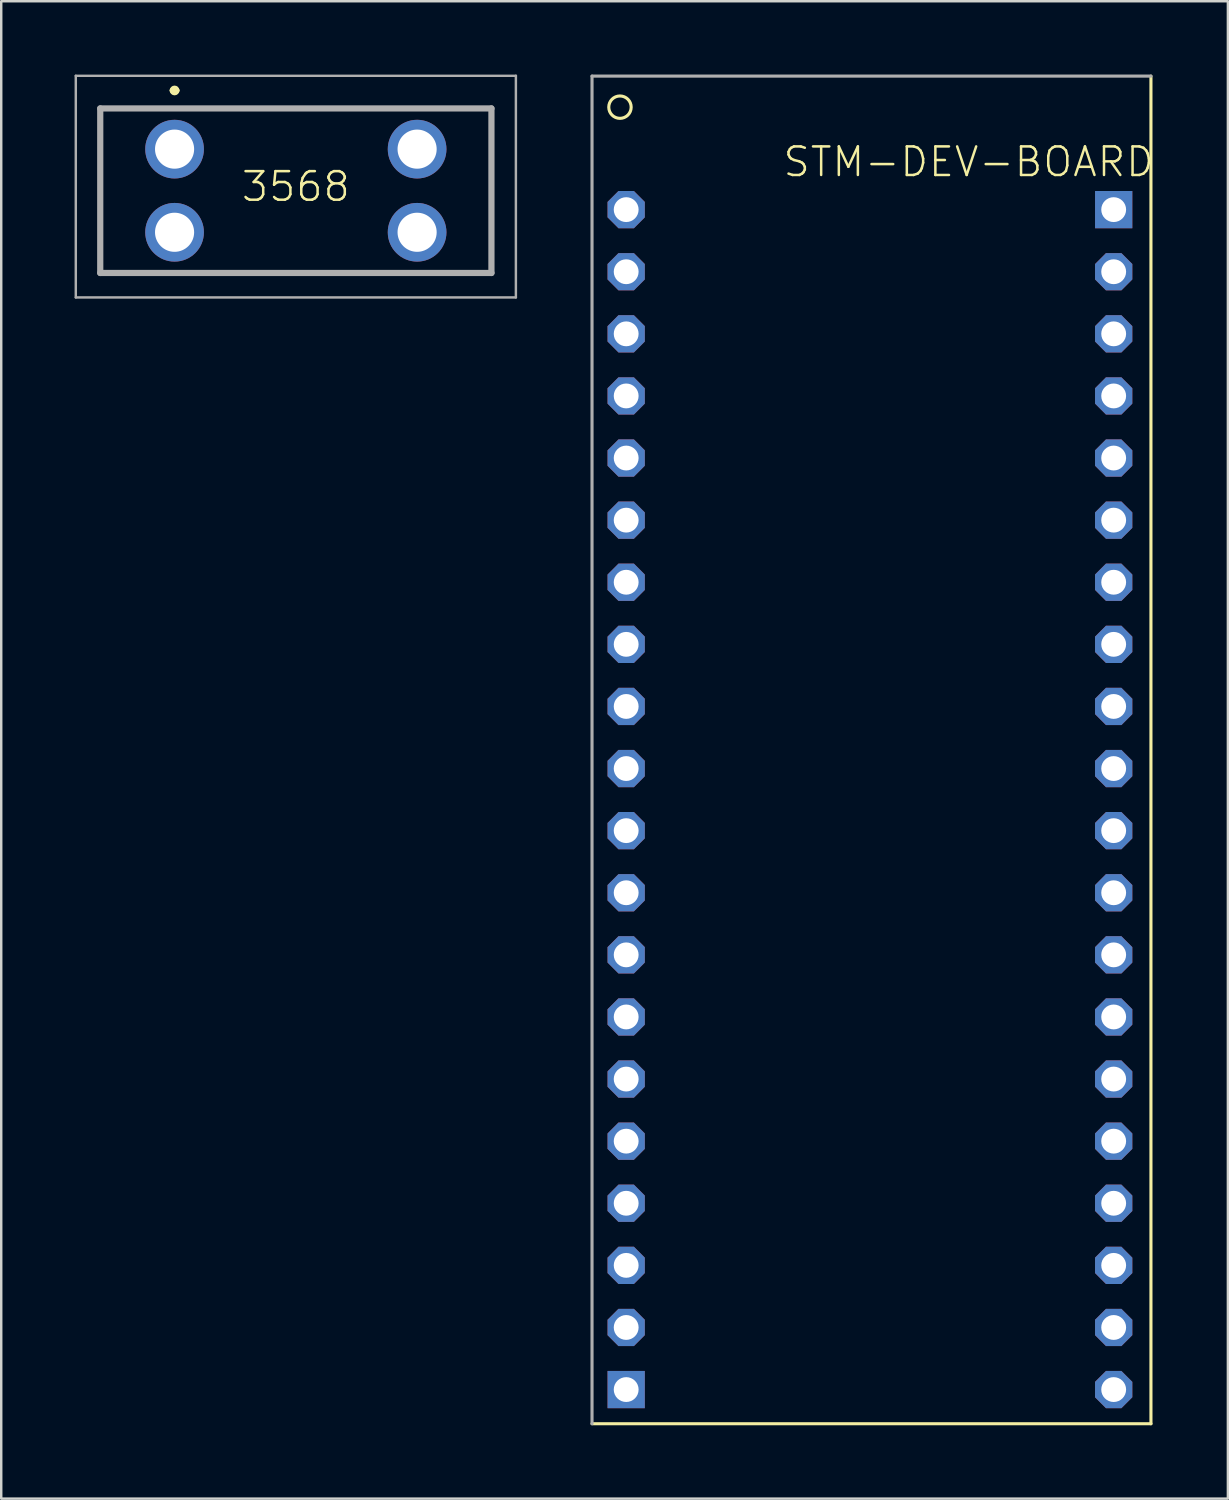
<source format=kicad_pcb>
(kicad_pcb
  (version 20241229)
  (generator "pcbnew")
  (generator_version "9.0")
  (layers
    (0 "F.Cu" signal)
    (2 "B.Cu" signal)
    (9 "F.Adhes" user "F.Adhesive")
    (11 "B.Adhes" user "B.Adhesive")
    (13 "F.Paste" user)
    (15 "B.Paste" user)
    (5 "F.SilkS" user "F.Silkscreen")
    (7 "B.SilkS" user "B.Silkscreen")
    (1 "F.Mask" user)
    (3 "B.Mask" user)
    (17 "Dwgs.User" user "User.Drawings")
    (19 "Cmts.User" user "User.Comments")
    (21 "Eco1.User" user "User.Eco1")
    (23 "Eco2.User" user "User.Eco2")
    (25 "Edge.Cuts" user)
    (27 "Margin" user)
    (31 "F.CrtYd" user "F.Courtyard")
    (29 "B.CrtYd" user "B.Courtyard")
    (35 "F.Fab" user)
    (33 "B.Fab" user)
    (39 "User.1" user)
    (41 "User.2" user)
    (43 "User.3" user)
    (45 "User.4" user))
  (footprint "3568"
    (layer "F.Cu")
    (at 4.09 3.05)
    (property "Reference" "3568" (at 4.96 1.532 0) (layer "F.SilkS") (effects (font (size 1.168 1.168) (thickness 0.102))))
    (fp_line (start -3.04 -1.665) (end 12.96 -1.665) (stroke (width 0.1) (type solid)) (layer "F.SilkS"))
    (fp_line (start -3.04 5.065) (end -3.04 -1.665) (stroke (width 0.1) (type solid)) (layer "F.SilkS"))
    (fp_line (start -0.1 -2.4) (end -0.1 -2.4) (stroke (width 0.2) (type solid)) (layer "F.SilkS"))
    (fp_line (start 0.1 -2.4) (end 0.1 -2.4) (stroke (width 0.2) (type solid)) (layer "F.SilkS"))
    (fp_line (start 12.96 -1.665) (end 12.96 5.065) (stroke (width 0.1) (type solid)) (layer "F.SilkS"))
    (fp_line (start 12.96 5.065) (end -3.04 5.065) (stroke (width 0.1) (type solid)) (layer "F.SilkS"))
    (fp_arc (start -0.1 -2.4) (mid 0 -2.5) (end 0.1 -2.4) (stroke (width 0.2) (type solid)) (layer "F.SilkS"))
    (fp_arc (start 0.1 -2.4) (mid 0 -2.3) (end -0.1 -2.4) (stroke (width 0.2) (type solid)) (layer "F.SilkS"))
    (fp_line (start -4.04 -3) (end 13.96 -3) (stroke (width 0.1) (type solid)) (layer "F.Fab"))
    (fp_line (start -4.04 6.065) (end -4.04 -3) (stroke (width 0.1) (type solid)) (layer "F.Fab"))
    (fp_line (start -3.04 -1.665) (end 12.96 -1.665) (stroke (width 0.254) (type solid)) (layer "F.Fab"))
    (fp_line (start -3.04 5.065) (end -3.04 -1.665) (stroke (width 0.254) (type solid)) (layer "F.Fab"))
    (fp_line (start 12.96 -1.665) (end 12.96 5.065) (stroke (width 0.254) (type solid)) (layer "F.Fab"))
    (fp_line (start 12.96 5.065) (end -3.04 5.065) (stroke (width 0.254) (type solid)) (layer "F.Fab"))
    (fp_line (start 13.96 -3) (end 13.96 6.065) (stroke (width 0.1) (type solid)) (layer "F.Fab"))
    (fp_line (start 13.96 6.065) (end -4.04 6.065) (stroke (width 0.1) (type solid)) (layer "F.Fab"))
    (pad "1" thru_hole circle (at 0 0) (size 2.4 2.4) (drill 1.6) (layers "*.Cu" "*.Mask"))
    (pad "2" thru_hole circle (at 0 3.4) (size 2.4 2.4) (drill 1.6) (layers "*.Cu" "*.Mask"))
    (pad "3" thru_hole circle (at 9.92 0) (size 2.4 2.4) (drill 1.6) (layers "*.Cu" "*.Mask"))
    (pad "4" thru_hole circle (at 9.92 3.4) (size 2.4 2.4) (drill 1.6) (layers "*.Cu" "*.Mask")))
  (footprint "STM-DEV-BOARD"
    (layer "F.Cu")
    (at 32.721 29.654)
    (property "Reference" "STM-DEV-BOARD" (at -3.81 -25.4 0) (layer "F.SilkS") (effects (font (size 1.168 1.168) (thickness 0.102)) (justify left bottom)))
    (fp_line (start -11.557 25.527) (end 11.303 25.527) (stroke (width 0.127) (type solid)) (layer "F.SilkS"))
    (fp_line (start 11.303 25.527) (end 11.303 -29.591) (stroke (width 0.127) (type solid)) (layer "F.SilkS"))
    (fp_circle (center -10.414 -28.321) (end -9.956 -28.321) (stroke (width 0.127) (type solid)) (fill no) (layer "F.SilkS"))
    (fp_line (start -11.557 -29.591) (end -11.557 25.527) (stroke (width 0.127) (type solid)) (layer "F.Fab"))
    (fp_line (start 11.303 -29.591) (end -11.557 -29.591) (stroke (width 0.127) (type solid)) (layer "F.Fab"))
    (pad "3.3V" thru_hole rect (at -10.16 24.13) (size 1.524 1.524) (drill 1.016) (layers "*.Cu" "*.Mask"))
    (pad "3.3V@2" thru_hole roundrect (at 9.779 -19.05) (size 1.524 1.524) (drill 1.016) (layers "*.Cu" "*.Mask") (roundrect_rratio 0.25) (chamfer_ratio 0.293) (chamfer top_left top_right bottom_left bottom_right))
    (pad "5V" thru_hole roundrect (at -10.16 19.05) (size 1.524 1.524) (drill 1.016) (layers "*.Cu" "*.Mask") (roundrect_rratio 0.25) (chamfer_ratio 0.293) (chamfer top_left top_right bottom_left bottom_right))
    (pad "CANH" thru_hole roundrect (at -10.16 -3.81) (size 1.524 1.524) (drill 1.016) (layers "*.Cu" "*.Mask") (roundrect_rratio 0.25) (chamfer_ratio 0.293) (chamfer top_left top_right bottom_left bottom_right))
    (pad "CANL" thru_hole roundrect (at -10.16 -6.35) (size 1.524 1.524) (drill 1.016) (layers "*.Cu" "*.Mask") (roundrect_rratio 0.25) (chamfer_ratio 0.293) (chamfer top_left top_right bottom_left bottom_right))
    (pad "GND" thru_hole roundrect (at -10.16 21.59) (size 1.524 1.524) (drill 1.016) (layers "*.Cu" "*.Mask") (roundrect_rratio 0.25) (chamfer_ratio 0.293) (chamfer top_left top_right bottom_left bottom_right))
    (pad "GND@2" thru_hole roundrect (at 9.779 -21.59) (size 1.524 1.524) (drill 1.016) (layers "*.Cu" "*.Mask") (roundrect_rratio 0.25) (chamfer_ratio 0.293) (chamfer top_left top_right bottom_left bottom_right))
    (pad "GND@3" thru_hole rect (at 9.779 -24.13) (size 1.524 1.524) (drill 1.016) (layers "*.Cu" "*.Mask"))
    (pad "NRST" thru_hole roundrect (at 9.779 -16.51) (size 1.524 1.524) (drill 1.016) (layers "*.Cu" "*.Mask") (roundrect_rratio 0.25) (chamfer_ratio 0.293) (chamfer top_left top_right bottom_left bottom_right))
    (pad "OSC32_IN" thru_hole roundrect (at 9.779 19.05) (size 1.524 1.524) (drill 1.016) (layers "*.Cu" "*.Mask") (roundrect_rratio 0.25) (chamfer_ratio 0.293) (chamfer top_left top_right bottom_left bottom_right))
    (pad "OSC32_OUT" thru_hole roundrect (at 9.779 16.51) (size 1.524 1.524) (drill 1.016) (layers "*.Cu" "*.Mask") (roundrect_rratio 0.25) (chamfer_ratio 0.293) (chamfer top_left top_right bottom_left bottom_right))
    (pad "PA0_WKUP" thru_hole roundrect (at 9.779 13.97) (size 1.524 1.524) (drill 1.016) (layers "*.Cu" "*.Mask") (roundrect_rratio 0.25) (chamfer_ratio 0.293) (chamfer top_left top_right bottom_left bottom_right))
    (pad "PA1" thru_hole roundrect (at 9.779 11.43) (size 1.524 1.524) (drill 1.016) (layers "*.Cu" "*.Mask") (roundrect_rratio 0.25) (chamfer_ratio 0.293) (chamfer top_left top_right bottom_left bottom_right))
    (pad "PA2" thru_hole roundrect (at 9.779 8.89) (size 1.524 1.524) (drill 1.016) (layers "*.Cu" "*.Mask") (roundrect_rratio 0.25) (chamfer_ratio 0.293) (chamfer top_left top_right bottom_left bottom_right))
    (pad "PA3" thru_hole roundrect (at 9.779 6.35) (size 1.524 1.524) (drill 1.016) (layers "*.Cu" "*.Mask") (roundrect_rratio 0.25) (chamfer_ratio 0.293) (chamfer top_left top_right bottom_left bottom_right))
    (pad "PA4" thru_hole roundrect (at 9.779 3.81) (size 1.524 1.524) (drill 1.016) (layers "*.Cu" "*.Mask") (roundrect_rratio 0.25) (chamfer_ratio 0.293) (chamfer top_left top_right bottom_left bottom_right))
    (pad "PA5" thru_hole roundrect (at 9.779 1.27) (size 1.524 1.524) (drill 1.016) (layers "*.Cu" "*.Mask") (roundrect_rratio 0.25) (chamfer_ratio 0.293) (chamfer top_left top_right bottom_left bottom_right))
    (pad "PA6" thru_hole roundrect (at 9.779 -1.27) (size 1.524 1.524) (drill 1.016) (layers "*.Cu" "*.Mask") (roundrect_rratio 0.25) (chamfer_ratio 0.293) (chamfer top_left top_right bottom_left bottom_right))
    (pad "PA7" thru_hole roundrect (at 9.779 -3.81) (size 1.524 1.524) (drill 1.016) (layers "*.Cu" "*.Mask") (roundrect_rratio 0.25) (chamfer_ratio 0.293) (chamfer top_left top_right bottom_left bottom_right))
    (pad "PA8" thru_hole roundrect (at -10.16 -13.97) (size 1.524 1.524) (drill 1.016) (layers "*.Cu" "*.Mask") (roundrect_rratio 0.25) (chamfer_ratio 0.293) (chamfer top_left top_right bottom_left bottom_right))
    (pad "PA9" thru_hole roundrect (at -10.16 -11.43) (size 1.524 1.524) (drill 1.016) (layers "*.Cu" "*.Mask") (roundrect_rratio 0.25) (chamfer_ratio 0.293) (chamfer top_left top_right bottom_left bottom_right))
    (pad "PA10" thru_hole roundrect (at -10.16 -8.89) (size 1.524 1.524) (drill 1.016) (layers "*.Cu" "*.Mask") (roundrect_rratio 0.25) (chamfer_ratio 0.293) (chamfer top_left top_right bottom_left bottom_right))
    (pad "PA15" thru_hole roundrect (at -10.16 -1.27) (size 1.524 1.524) (drill 1.016) (layers "*.Cu" "*.Mask") (roundrect_rratio 0.25) (chamfer_ratio 0.293) (chamfer top_left top_right bottom_left bottom_right))
    (pad "PB0" thru_hole roundrect (at 9.779 -6.35) (size 1.524 1.524) (drill 1.016) (layers "*.Cu" "*.Mask") (roundrect_rratio 0.25) (chamfer_ratio 0.293) (chamfer top_left top_right bottom_left bottom_right))
    (pad "PB1" thru_hole roundrect (at 9.779 -8.89) (size 1.524 1.524) (drill 1.016) (layers "*.Cu" "*.Mask") (roundrect_rratio 0.25) (chamfer_ratio 0.293) (chamfer top_left top_right bottom_left bottom_right))
    (pad "PB2" thru_hole roundrect (at 9.779 21.59) (size 1.524 1.524) (drill 1.016) (layers "*.Cu" "*.Mask") (roundrect_rratio 0.25) (chamfer_ratio 0.293) (chamfer top_left top_right bottom_left bottom_right))
    (pad "PB3_SWO" thru_hole roundrect (at -10.16 1.27) (size 1.524 1.524) (drill 1.016) (layers "*.Cu" "*.Mask") (roundrect_rratio 0.25) (chamfer_ratio 0.293) (chamfer top_left top_right bottom_left bottom_right))
    (pad "PB4" thru_hole roundrect (at -10.16 3.81) (size 1.524 1.524) (drill 1.016) (layers "*.Cu" "*.Mask") (roundrect_rratio 0.25) (chamfer_ratio 0.293) (chamfer top_left top_right bottom_left bottom_right))
    (pad "PB5" thru_hole roundrect (at -10.16 6.35) (size 1.524 1.524) (drill 1.016) (layers "*.Cu" "*.Mask") (roundrect_rratio 0.25) (chamfer_ratio 0.293) (chamfer top_left top_right bottom_left bottom_right))
    (pad "PB6" thru_hole roundrect (at -10.16 8.89) (size 1.524 1.524) (drill 1.016) (layers "*.Cu" "*.Mask") (roundrect_rratio 0.25) (chamfer_ratio 0.293) (chamfer top_left top_right bottom_left bottom_right))
    (pad "PB7" thru_hole roundrect (at -10.16 11.43) (size 1.524 1.524) (drill 1.016) (layers "*.Cu" "*.Mask") (roundrect_rratio 0.25) (chamfer_ratio 0.293) (chamfer top_left top_right bottom_left bottom_right))
    (pad "PB8" thru_hole roundrect (at -10.16 13.97) (size 1.524 1.524) (drill 1.016) (layers "*.Cu" "*.Mask") (roundrect_rratio 0.25) (chamfer_ratio 0.293) (chamfer top_left top_right bottom_left bottom_right))
    (pad "PB9" thru_hole roundrect (at -10.16 16.51) (size 1.524 1.524) (drill 1.016) (layers "*.Cu" "*.Mask") (roundrect_rratio 0.25) (chamfer_ratio 0.293) (chamfer top_left top_right bottom_left bottom_right))
    (pad "PB10" thru_hole roundrect (at 9.779 -11.43) (size 1.524 1.524) (drill 1.016) (layers "*.Cu" "*.Mask") (roundrect_rratio 0.25) (chamfer_ratio 0.293) (chamfer top_left top_right bottom_left bottom_right))
    (pad "PB11" thru_hole roundrect (at 9.779 -13.97) (size 1.524 1.524) (drill 1.016) (layers "*.Cu" "*.Mask") (roundrect_rratio 0.25) (chamfer_ratio 0.293) (chamfer top_left top_right bottom_left bottom_right))
    (pad "PB12" thru_hole roundrect (at -10.16 -24.13) (size 1.524 1.524) (drill 1.016) (layers "*.Cu" "*.Mask") (roundrect_rratio 0.25) (chamfer_ratio 0.293) (chamfer top_left top_right bottom_left bottom_right))
    (pad "PB13" thru_hole roundrect (at -10.16 -21.59) (size 1.524 1.524) (drill 1.016) (layers "*.Cu" "*.Mask") (roundrect_rratio 0.25) (chamfer_ratio 0.293) (chamfer top_left top_right bottom_left bottom_right))
    (pad "PB14" thru_hole roundrect (at -10.16 -19.05) (size 1.524 1.524) (drill 1.016) (layers "*.Cu" "*.Mask") (roundrect_rratio 0.25) (chamfer_ratio 0.293) (chamfer top_left top_right bottom_left bottom_right))
    (pad "PB15" thru_hole roundrect (at -10.16 -16.51) (size 1.524 1.524) (drill 1.016) (layers "*.Cu" "*.Mask") (roundrect_rratio 0.25) (chamfer_ratio 0.293) (chamfer top_left top_right bottom_left bottom_right))
    (pad "VBAT" thru_hole roundrect (at 9.779 24.13) (size 1.524 1.524) (drill 1.016) (layers "*.Cu" "*.Mask") (roundrect_rratio 0.25) (chamfer_ratio 0.293) (chamfer top_left top_right bottom_left bottom_right)))
  (gr_rect
    (start -3 -3)
    (end 47.171 58.245)
    (stroke (width 0.1) (type default))
    (fill no)
    (layer "Edge.Cuts")))
</source>
